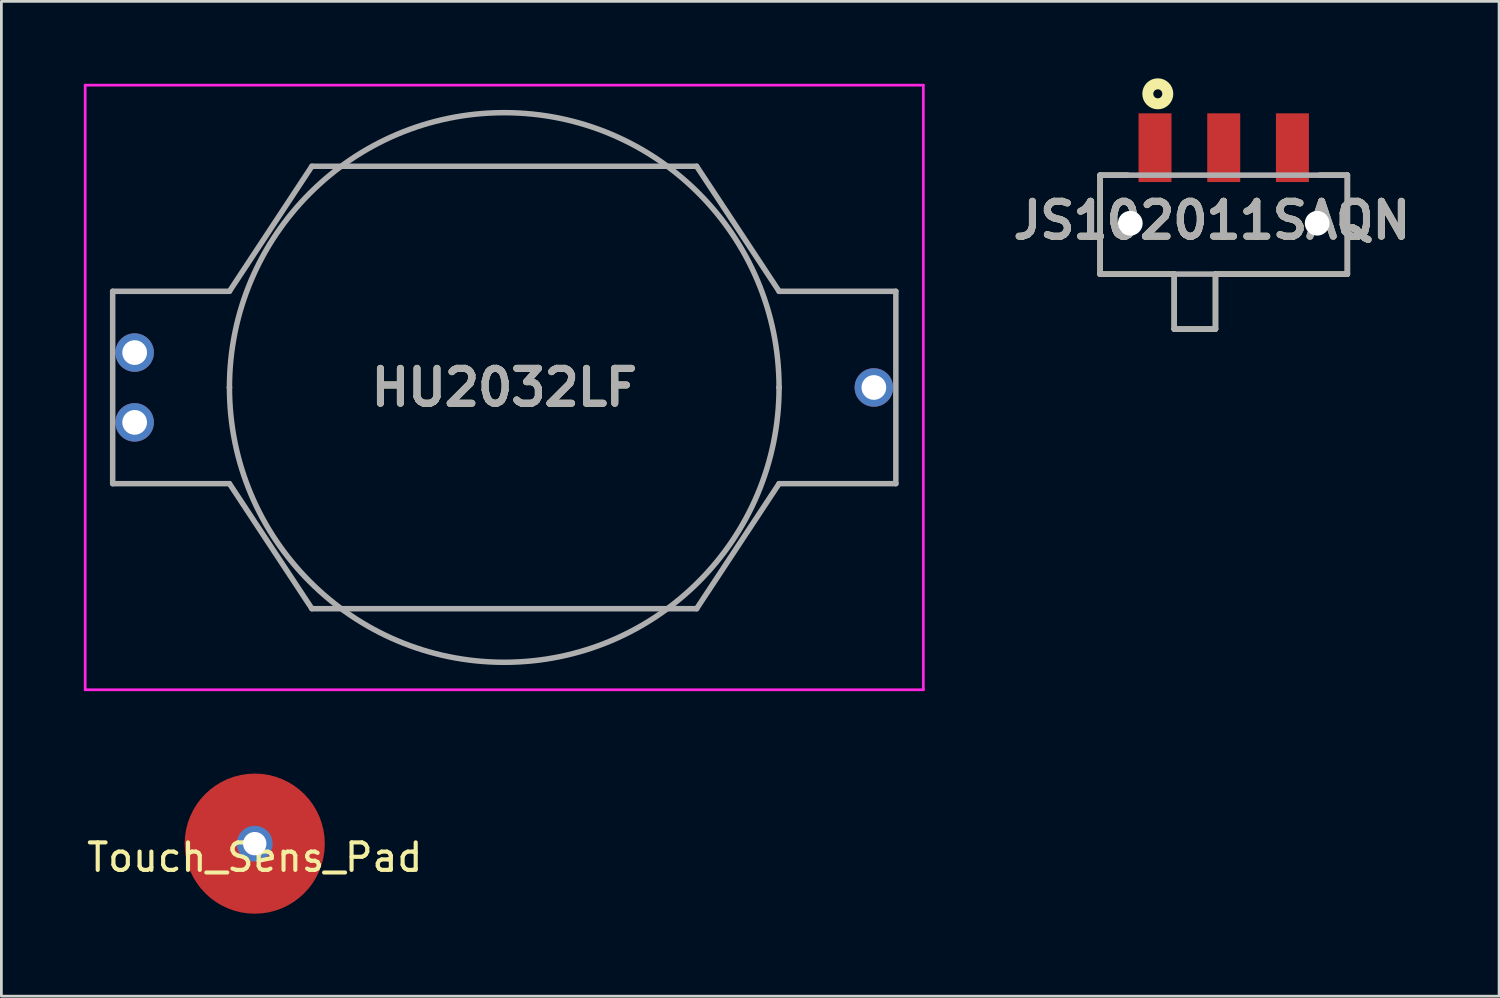
<source format=kicad_pcb>
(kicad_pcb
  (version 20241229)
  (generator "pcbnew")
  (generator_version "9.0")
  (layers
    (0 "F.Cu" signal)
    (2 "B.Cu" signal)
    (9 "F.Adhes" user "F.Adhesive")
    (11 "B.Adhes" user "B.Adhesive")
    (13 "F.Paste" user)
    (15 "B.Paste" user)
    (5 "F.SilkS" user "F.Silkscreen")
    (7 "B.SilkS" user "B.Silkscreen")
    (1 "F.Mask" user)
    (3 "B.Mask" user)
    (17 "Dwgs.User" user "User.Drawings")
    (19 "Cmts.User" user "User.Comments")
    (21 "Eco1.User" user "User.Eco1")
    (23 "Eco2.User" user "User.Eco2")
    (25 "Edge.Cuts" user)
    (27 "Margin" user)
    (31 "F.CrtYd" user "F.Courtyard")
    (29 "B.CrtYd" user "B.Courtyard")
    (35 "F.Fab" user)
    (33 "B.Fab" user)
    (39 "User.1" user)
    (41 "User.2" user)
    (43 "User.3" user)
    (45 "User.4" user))
  (footprint "HU2032LF"
    (layer "F.Cu")
    (at 1.85 9.78)
    (property "Reference" "HU2032LF" (at 13.45 1.27 0) (layer "F.SilkS") (effects (font (size 1.27 1.27) (thickness 0.254))))
    (attr through_hole)
    (fp_line (start -0.8 -2.23) (end 3.45 -2.23) (stroke (width 0.1) (type solid)) (layer "F.SilkS"))
    (fp_line (start -0.8 4.77) (end 3.45 4.77) (stroke (width 0.1) (type solid)) (layer "F.SilkS"))
    (fp_line (start 3.45 -2.23) (end 6.45 -6.78) (stroke (width 0.1) (type solid)) (layer "F.SilkS"))
    (fp_line (start 3.45 4.77) (end 6.45 9.32) (stroke (width 0.1) (type solid)) (layer "F.SilkS"))
    (fp_line (start 6.45 -6.78) (end 20.45 -6.78) (stroke (width 0.1) (type solid)) (layer "F.SilkS"))
    (fp_line (start 6.45 9.32) (end 20.45 9.32) (stroke (width 0.1) (type solid)) (layer "F.SilkS"))
    (fp_line (start 20.45 -6.78) (end 23.45 -2.23) (stroke (width 0.1) (type solid)) (layer "F.SilkS"))
    (fp_line (start 20.45 9.32) (end 23.45 4.77) (stroke (width 0.1) (type solid)) (layer "F.SilkS"))
    (fp_line (start 23.45 -2.23) (end 27.7 -2.23) (stroke (width 0.1) (type solid)) (layer "F.SilkS"))
    (fp_line (start 23.45 4.77) (end 27.7 4.77) (stroke (width 0.1) (type solid)) (layer "F.SilkS"))
    (fp_line (start -1.8 -9.73) (end 28.7 -9.73) (stroke (width 0.1) (type solid)) (layer "F.CrtYd"))
    (fp_line (start -1.8 12.27) (end -1.8 -9.73) (stroke (width 0.1) (type solid)) (layer "F.CrtYd"))
    (fp_line (start 28.7 -9.73) (end 28.7 12.27) (stroke (width 0.1) (type solid)) (layer "F.CrtYd"))
    (fp_line (start 28.7 12.27) (end -1.8 12.27) (stroke (width 0.1) (type solid)) (layer "F.CrtYd"))
    (fp_line (start -0.8 -2.23) (end -0.8 4.77) (stroke (width 0.2) (type solid)) (layer "F.Fab"))
    (fp_line (start -0.8 4.77) (end 3.45 4.77) (stroke (width 0.2) (type solid)) (layer "F.Fab"))
    (fp_line (start 3.45 -2.23) (end -0.8 -2.23) (stroke (width 0.2) (type solid)) (layer "F.Fab"))
    (fp_line (start 3.45 1.27) (end 3.45 1.27) (stroke (width 0.2) (type solid)) (layer "F.Fab"))
    (fp_line (start 6.45 -6.78) (end 3.45 -2.23) (stroke (width 0.2) (type solid)) (layer "F.Fab"))
    (fp_line (start 6.45 -6.78) (end 20.45 -6.78) (stroke (width 0.2) (type solid)) (layer "F.Fab"))
    (fp_line (start 6.45 9.32) (end 3.45 4.77) (stroke (width 0.2) (type solid)) (layer "F.Fab"))
    (fp_line (start 6.45 9.32) (end 20.45 9.32) (stroke (width 0.2) (type solid)) (layer "F.Fab"))
    (fp_line (start 20.45 -6.78) (end 23.45 -2.23) (stroke (width 0.2) (type solid)) (layer "F.Fab"))
    (fp_line (start 20.45 9.32) (end 23.45 4.77) (stroke (width 0.2) (type solid)) (layer "F.Fab"))
    (fp_line (start 23.45 1.27) (end 23.45 1.27) (stroke (width 0.2) (type solid)) (layer "F.Fab"))
    (fp_line (start 27.7 -2.23) (end 23.45 -2.23) (stroke (width 0.2) (type solid)) (layer "F.Fab"))
    (fp_line (start 27.7 -2.23) (end 27.7 4.77) (stroke (width 0.2) (type solid)) (layer "F.Fab"))
    (fp_line (start 27.7 4.77) (end 23.45 4.77) (stroke (width 0.2) (type solid)) (layer "F.Fab"))
    (fp_arc (start 3.45 1.27) (mid 13.45 -8.73) (end 23.45 1.27) (stroke (width 0.2) (type solid)) (layer "F.Fab"))
    (fp_arc (start 23.45 1.27) (mid 13.45 11.27) (end 3.45 1.27) (stroke (width 0.2) (type solid)) (layer "F.Fab"))
    (fp_text user "${REFERENCE}" (at 13.45 1.27 0) (layer "F.Fab") (effects (font (size 1.27 1.27) (thickness 0.254))))
    (pad "1" thru_hole circle (at 0 0) (size 1.4 1.4) (drill 0.9) (layers "*.Cu" "*.Mask"))
    (pad "2" thru_hole circle (at 0 2.54) (size 1.4 1.4) (drill 0.9) (layers "*.Cu" "*.Mask"))
    (pad "3" thru_hole circle (at 26.9 1.27) (size 1.4 1.4) (drill 0.9) (layers "*.Cu" "*.Mask")))
  (footprint "Touch_Sens_Pad"
    (layer "F.Cu")
    (at 6.22 27.65)
    (property "Reference" "Touch_Sens_Pad" (at 0 0.5 0) (layer "F.SilkS") (effects (font (size 1 1) (thickness 0.15))))
    (attr through_hole)
    (fp_circle (center 0 0) (end 1.3 0) (stroke (width 2.5) (type solid)) (fill no) (layer "F.Cu"))
    (pad "1" thru_hole circle (at 0 0) (size 1.3 1.3) (drill 0.85) (layers "*.Cu" "*.Mask")))
  (footprint "JS102011SAQN"
    (layer "F.Cu")
    (at 41.481 3.324)
    (property "Reference" "JS102011SAQN" (at -0.43 1.647 0) (layer "F.SilkS") (effects (font (size 1.27 1.27) (thickness 0.254))))
    (attr through_hole)
    (fp_line (start -4.5 0) (end -4.5 3.6) (stroke (width 0.2) (type solid)) (layer "F.SilkS"))
    (fp_line (start -4.5 0) (end -3.5 0) (stroke (width 0.2) (type solid)) (layer "F.SilkS"))
    (fp_line (start -4.5 3.6) (end -1.8 3.6) (stroke (width 0.2) (type solid)) (layer "F.SilkS"))
    (fp_line (start -1.8 3.6) (end -1.8 5.6) (stroke (width 0.2) (type solid)) (layer "F.SilkS"))
    (fp_line (start -1.8 5.6) (end -0.3 5.6) (stroke (width 0.2) (type solid)) (layer "F.SilkS"))
    (fp_line (start -0.3 3.6) (end 4.5 3.6) (stroke (width 0.2) (type solid)) (layer "F.SilkS"))
    (fp_line (start -0.3 5.6) (end -0.3 3.6) (stroke (width 0.2) (type solid)) (layer "F.SilkS"))
    (fp_line (start 4.5 0) (end 3.5 0) (stroke (width 0.2) (type solid)) (layer "F.SilkS"))
    (fp_line (start 4.5 3.6) (end 4.5 0) (stroke (width 0.2) (type solid)) (layer "F.SilkS"))
    (fp_circle (center -2.399 -2.96) (end -2.399 -2.796) (stroke (width 0.4) (type solid)) (fill no) (layer "F.SilkS"))
    (fp_line (start -4.5 0) (end 4.5 0) (stroke (width 0.2) (type solid)) (layer "F.Fab"))
    (fp_line (start -4.5 3.6) (end -4.5 0) (stroke (width 0.2) (type solid)) (layer "F.Fab"))
    (fp_line (start -1.8 3.6) (end -1.8 5.6) (stroke (width 0.2) (type solid)) (layer "F.Fab"))
    (fp_line (start -1.8 5.6) (end -0.3 5.6) (stroke (width 0.2) (type solid)) (layer "F.Fab"))
    (fp_line (start -0.3 5.6) (end -0.3 3.6) (stroke (width 0.2) (type solid)) (layer "F.Fab"))
    (fp_line (start 4.5 0) (end 4.5 3.6) (stroke (width 0.2) (type solid)) (layer "F.Fab"))
    (fp_line (start 4.5 3.6) (end -4.5 3.6) (stroke (width 0.2) (type solid)) (layer "F.Fab"))
    (fp_text user "${REFERENCE}" (at -0.43 1.647 0) (layer "F.Fab") (effects (font (size 1.27 1.27) (thickness 0.254))))
    (pad "" np_thru_hole circle (at -3.4 1.75) (size 0.9 0.9) (drill 0.9) (layers "*.Cu" "*.Mask"))
    (pad "" np_thru_hole circle (at 3.4 1.75) (size 0.9 0.9) (drill 0.9) (layers "*.Cu" "*.Mask"))
    (pad "1" smd rect (at -2.5 -1) (size 1.2 2.5) (layers "F.Cu" "F.Mask" "F.Paste"))
    (pad "2" smd rect (at 0 -1) (size 1.2 2.5) (layers "F.Cu" "F.Mask" "F.Paste"))
    (pad "3" smd rect (at 2.5 -1) (size 1.2 2.5) (layers "F.Cu" "F.Mask" "F.Paste")))
  (gr_rect
    (start -3 -3)
    (end 51.501 33.2)
    (stroke (width 0.1) (type default))
    (fill no)
    (layer "Edge.Cuts")))
</source>
